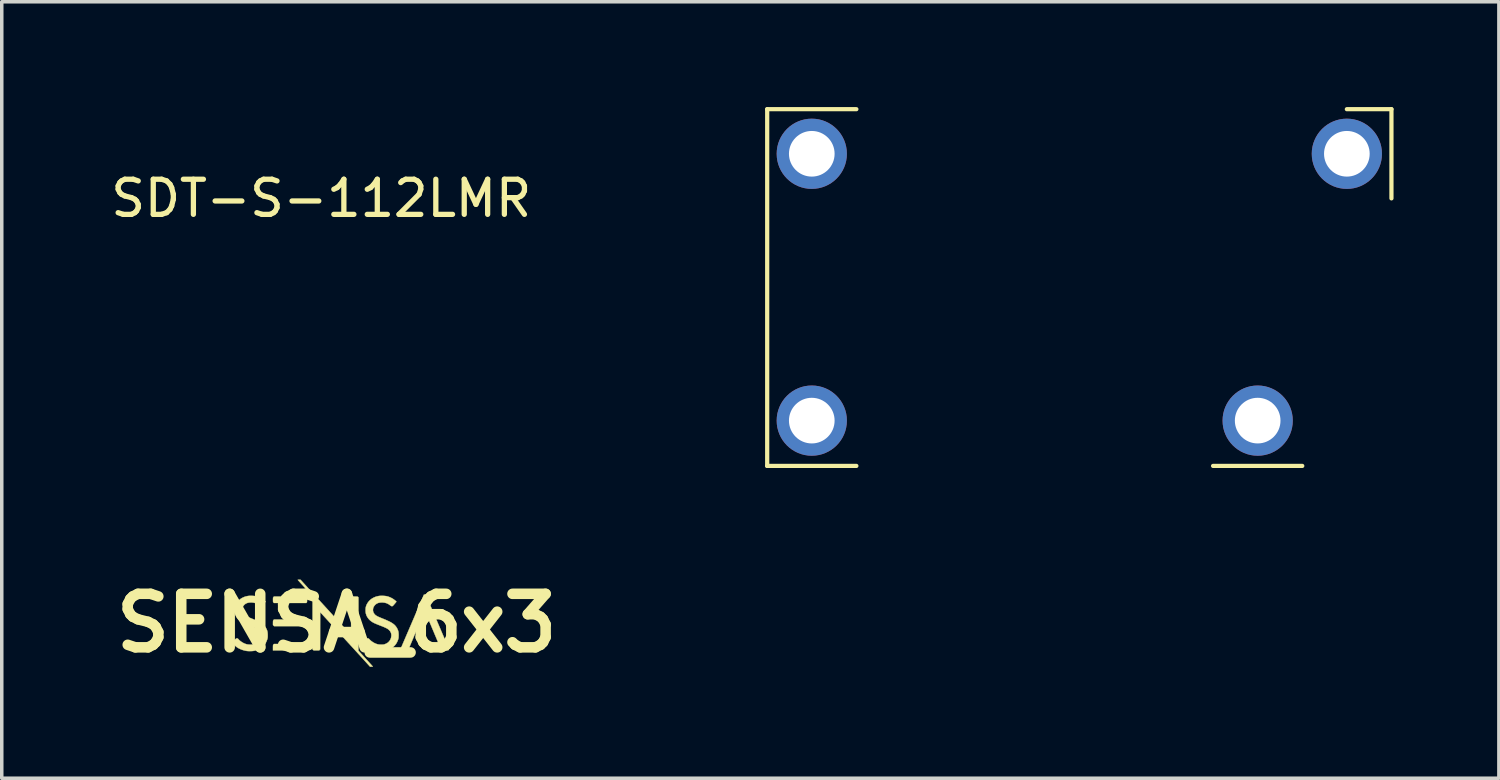
<source format=kicad_pcb>
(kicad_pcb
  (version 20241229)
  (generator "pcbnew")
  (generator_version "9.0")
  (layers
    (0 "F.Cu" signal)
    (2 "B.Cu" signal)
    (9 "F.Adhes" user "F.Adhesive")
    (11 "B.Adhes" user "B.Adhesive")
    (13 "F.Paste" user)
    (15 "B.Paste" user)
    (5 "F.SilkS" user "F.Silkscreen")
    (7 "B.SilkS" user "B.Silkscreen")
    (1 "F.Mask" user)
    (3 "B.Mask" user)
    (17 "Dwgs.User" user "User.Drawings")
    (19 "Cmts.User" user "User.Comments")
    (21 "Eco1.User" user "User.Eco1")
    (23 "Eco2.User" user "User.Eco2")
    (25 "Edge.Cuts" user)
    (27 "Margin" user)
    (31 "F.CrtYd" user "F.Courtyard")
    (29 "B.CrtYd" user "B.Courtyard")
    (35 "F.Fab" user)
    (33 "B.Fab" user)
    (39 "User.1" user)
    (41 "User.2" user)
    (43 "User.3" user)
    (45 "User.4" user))
  (footprint "SDT-S-112LMR"
    (layer "F.Cu")
    (at 20.071 1.33)
    (property "Reference" "SDT-S-112LMR" (at -13.97 1.27 0) (layer "F.SilkS") (effects (font (size 1 1) (thickness 0.15))))
    (attr through_hole)
    (fp_line (start -1.27 -1.27) (end -1.27 8.89) (stroke (width 0.12) (type solid)) (layer "F.SilkS"))
    (fp_line (start -1.27 8.89) (end 1.27 8.89) (stroke (width 0.12) (type solid)) (layer "F.SilkS"))
    (fp_line (start 1.27 -1.27) (end -1.27 -1.27) (stroke (width 0.12) (type solid)) (layer "F.SilkS"))
    (fp_line (start 11.43 8.89) (end 13.97 8.89) (stroke (width 0.12) (type solid)) (layer "F.SilkS"))
    (fp_line (start 15.24 -1.27) (end 16.51 -1.27) (stroke (width 0.12) (type solid)) (layer "F.SilkS"))
    (fp_line (start 16.51 -1.27) (end 16.51 1.27) (stroke (width 0.12) (type solid)) (layer "F.SilkS"))
    (pad "1" thru_hole circle (at 0 0) (size 2 2) (drill 1.3) (layers "*.Cu" "*.Mask"))
    (pad "2" thru_hole circle (at 0 7.6) (size 2 2) (drill 1.3) (layers "*.Cu" "*.Mask"))
    (pad "3" thru_hole circle (at 15.24 0) (size 2 2) (drill 1.3) (layers "*.Cu" "*.Mask"))
    (pad "4" thru_hole circle (at 12.7 7.6) (size 2 2) (drill 1.3) (layers "*.Cu" "*.Mask")))
  (footprint "SENSA_6x3"
    (layer "F.Cu")
    (at 6.539 14.698)
    (property "Reference" "SENSA_6x3" (at 0 0 0) (layer "F.SilkS") (effects (font (size 1.524 1.524) (thickness 0.3))))
    (attr through_hole)
    (fp_poly (pts (xy -0.854 0.606) (xy -0.85 0.612) (xy -0.847 0.618) (xy -0.845 0.628) (xy -0.844 0.642) (xy -0.843 0.663) (xy -0.843 0.687) (xy -0.843 0.714) (xy -0.844 0.734) (xy -0.845 0.747) (xy -0.847 0.755) (xy -0.85 0.761) (xy -0.855 0.766) (xy -0.855 0.766) (xy -0.867 0.777) (xy -1.814 0.777) (xy -1.814 0.7) (xy -1.814 0.671) (xy -1.813 0.649) (xy -1.812 0.635) (xy -1.811 0.625) (xy -1.808 0.618) (xy -1.804 0.613) (xy -1.8 0.609) (xy -1.786 0.594) (xy -0.865 0.594) (xy -0.854 0.606)) (stroke (width 0.01) (type solid)) (fill yes) (layer "F.SilkS"))
    (fp_poly (pts (xy -0.893 -0.088) (xy -0.887 -0.082) (xy -0.883 -0.076) (xy -0.881 -0.069) (xy -0.88 -0.057) (xy -0.879 -0.04) (xy -0.879 -0.015) (xy -0.879 -0.008) (xy -0.879 0.02) (xy -0.879 0.038) (xy -0.88 0.051) (xy -0.883 0.059) (xy -0.886 0.066) (xy -0.891 0.071) (xy -0.893 0.073) (xy -0.907 0.086) (xy -1.781 0.086) (xy -1.797 0.07) (xy -1.814 0.053) (xy -1.814 -0.009) (xy -1.813 -0.035) (xy -1.813 -0.053) (xy -1.811 -0.065) (xy -1.809 -0.074) (xy -1.805 -0.081) (xy -1.8 -0.086) (xy -1.787 -0.102) (xy -0.907 -0.102) (xy -0.893 -0.088)) (stroke (width 0.01) (type solid)) (fill yes) (layer "F.SilkS"))
    (fp_poly (pts (xy -0.854 -0.745) (xy -0.85 -0.74) (xy -0.847 -0.733) (xy -0.845 -0.724) (xy -0.844 -0.709) (xy -0.843 -0.688) (xy -0.843 -0.665) (xy -0.843 -0.637) (xy -0.844 -0.618) (xy -0.845 -0.604) (xy -0.847 -0.596) (xy -0.85 -0.59) (xy -0.855 -0.585) (xy -0.855 -0.585) (xy -0.867 -0.574) (xy -1.327 -0.574) (xy -1.786 -0.574) (xy -1.8 -0.588) (xy -1.806 -0.595) (xy -1.809 -0.601) (xy -1.812 -0.609) (xy -1.813 -0.622) (xy -1.813 -0.641) (xy -1.814 -0.665) (xy -1.813 -0.692) (xy -1.813 -0.71) (xy -1.812 -0.722) (xy -1.809 -0.73) (xy -1.805 -0.737) (xy -1.8 -0.743) (xy -1.786 -0.757) (xy -0.865 -0.757) (xy -0.854 -0.745)) (stroke (width 0.01) (type solid)) (fill yes) (layer "F.SilkS"))
    (fp_poly (pts (xy 2.511 -0.812) (xy 2.537 -0.81) (xy 2.867 -0.036) (xy 3.197 0.738) (xy 3.187 0.757) (xy 3.178 0.775) (xy 3.081 0.776) (xy 2.985 0.777) (xy 2.749 0.213) (xy 2.719 0.142) (xy 2.69 0.072) (xy 2.662 0.007) (xy 2.636 -0.055) (xy 2.611 -0.113) (xy 2.589 -0.166) (xy 2.569 -0.213) (xy 2.551 -0.253) (xy 2.536 -0.288) (xy 2.524 -0.315) (xy 2.516 -0.334) (xy 2.51 -0.345) (xy 2.509 -0.347) (xy 2.507 -0.342) (xy 2.5 -0.328) (xy 2.491 -0.306) (xy 2.478 -0.276) (xy 2.462 -0.239) (xy 2.444 -0.196) (xy 2.423 -0.147) (xy 2.4 -0.093) (xy 2.375 -0.033) (xy 2.348 0.03) (xy 2.319 0.097) (xy 2.29 0.167) (xy 2.269 0.216) (xy 2.033 0.775) (xy 1.937 0.776) (xy 1.841 0.777) (xy 1.818 0.741) (xy 2.152 -0.036) (xy 2.486 -0.813) (xy 2.511 -0.812)) (stroke (width 0.01) (type solid)) (fill yes) (layer "F.SilkS"))
    (fp_poly (pts (xy -0.703 -0.878) (xy -0.648 -0.817) (xy -0.588 -0.752) (xy -0.526 -0.683) (xy -0.462 -0.613) (xy -0.397 -0.542) (xy -0.332 -0.471) (xy -0.27 -0.403) (xy -0.21 -0.337) (xy -0.155 -0.277) (xy -0.105 -0.222) (xy -0.097 -0.213) (xy -0.05 -0.162) (xy -0.003 -0.111) (xy 0.044 -0.06) (xy 0.09 -0.01) (xy 0.133 0.038) (xy 0.174 0.083) (xy 0.211 0.123) (xy 0.244 0.159) (xy 0.272 0.19) (xy 0.293 0.213) (xy 0.295 0.215) (xy 0.321 0.244) (xy 0.346 0.271) (xy 0.368 0.294) (xy 0.385 0.313) (xy 0.399 0.326) (xy 0.406 0.334) (xy 0.408 0.335) (xy 0.408 0.33) (xy 0.409 0.316) (xy 0.409 0.292) (xy 0.41 0.261) (xy 0.41 0.222) (xy 0.41 0.176) (xy 0.411 0.124) (xy 0.411 0.067) (xy 0.411 0.004) (xy 0.411 -0.062) (xy 0.411 -0.132) (xy 0.411 -0.2) (xy 0.411 -0.735) (xy 0.423 -0.746) (xy 0.428 -0.75) (xy 0.434 -0.753) (xy 0.443 -0.755) (xy 0.455 -0.756) (xy 0.474 -0.757) (xy 0.501 -0.757) (xy 0.516 -0.757) (xy 0.547 -0.757) (xy 0.569 -0.757) (xy 0.584 -0.756) (xy 0.594 -0.754) (xy 0.601 -0.752) (xy 0.606 -0.748) (xy 0.609 -0.745) (xy 0.62 -0.733) (xy 0.62 0.785) (xy 0.824 1.008) (xy 0.86 1.049) (xy 0.895 1.087) (xy 0.927 1.122) (xy 0.956 1.154) (xy 0.981 1.181) (xy 1.001 1.204) (xy 1.016 1.221) (xy 1.026 1.232) (xy 1.029 1.236) (xy 1.026 1.237) (xy 1.015 1.239) (xy 0.997 1.239) (xy 0.992 1.24) (xy 0.951 1.24) (xy 0.756 1.025) (xy 0.722 0.987) (xy 0.685 0.947) (xy 0.645 0.903) (xy 0.602 0.856) (xy 0.555 0.805) (xy 0.505 0.75) (xy 0.45 0.69) (xy 0.391 0.626) (xy 0.328 0.557) (xy 0.259 0.482) (xy 0.186 0.402) (xy 0.107 0.315) (xy 0.022 0.223) (xy -0.069 0.124) (xy -0.166 0.018) (xy -0.27 -0.096) (xy -0.274 -0.1) (xy -0.47 -0.314) (xy -0.471 0.218) (xy -0.472 0.749) (xy -0.486 0.763) (xy -0.5 0.777) (xy -0.579 0.777) (xy -0.608 0.777) (xy -0.63 0.777) (xy -0.645 0.776) (xy -0.655 0.774) (xy -0.661 0.772) (xy -0.667 0.768) (xy -0.672 0.764) (xy -0.686 0.75) (xy -0.686 -0.01) (xy -0.686 -0.77) (xy -0.877 -0.978) (xy -0.913 -1.018) (xy -0.948 -1.056) (xy -0.98 -1.091) (xy -1.01 -1.124) (xy -1.036 -1.152) (xy -1.057 -1.176) (xy -1.074 -1.195) (xy -1.085 -1.207) (xy -1.088 -1.21) (xy -1.108 -1.234) (xy -1.028 -1.234) (xy -0.703 -0.878)) (stroke (width 0.01) (type solid)) (fill yes) (layer "F.SilkS"))
    (fp_poly (pts (xy -2.419 -0.778) (xy -2.377 -0.776) (xy -2.337 -0.772) (xy -2.303 -0.767) (xy -2.294 -0.765) (xy -2.245 -0.75) (xy -2.193 -0.729) (xy -2.144 -0.703) (xy -2.143 -0.702) (xy -2.123 -0.69) (xy -2.102 -0.675) (xy -2.08 -0.66) (xy -2.061 -0.644) (xy -2.044 -0.63) (xy -2.032 -0.619) (xy -2.027 -0.613) (xy -2.027 -0.612) (xy -2.03 -0.607) (xy -2.039 -0.595) (xy -2.052 -0.579) (xy -2.069 -0.559) (xy -2.081 -0.545) (xy -2.101 -0.522) (xy -2.116 -0.505) (xy -2.127 -0.494) (xy -2.135 -0.487) (xy -2.142 -0.484) (xy -2.149 -0.483) (xy -2.154 -0.483) (xy -2.166 -0.484) (xy -2.178 -0.489) (xy -2.193 -0.499) (xy -2.205 -0.508) (xy -2.254 -0.542) (xy -2.305 -0.567) (xy -2.36 -0.582) (xy -2.42 -0.589) (xy -2.44 -0.589) (xy -2.492 -0.586) (xy -2.536 -0.578) (xy -2.575 -0.563) (xy -2.609 -0.542) (xy -2.631 -0.523) (xy -2.66 -0.487) (xy -2.681 -0.449) (xy -2.693 -0.409) (xy -2.696 -0.369) (xy -2.69 -0.33) (xy -2.675 -0.292) (xy -2.651 -0.257) (xy -2.634 -0.239) (xy -2.619 -0.227) (xy -2.605 -0.216) (xy -2.588 -0.205) (xy -2.568 -0.194) (xy -2.544 -0.182) (xy -2.515 -0.169) (xy -2.479 -0.154) (xy -2.435 -0.136) (xy -2.413 -0.127) (xy -2.342 -0.098) (xy -2.28 -0.07) (xy -2.226 -0.045) (xy -2.179 -0.02) (xy -2.139 0.005) (xy -2.105 0.03) (xy -2.076 0.056) (xy -2.051 0.083) (xy -2.029 0.112) (xy -2.01 0.144) (xy -2.002 0.16) (xy -1.987 0.192) (xy -1.977 0.221) (xy -1.97 0.252) (xy -1.966 0.286) (xy -1.964 0.326) (xy -1.964 0.345) (xy -1.964 0.376) (xy -1.965 0.4) (xy -1.967 0.419) (xy -1.97 0.436) (xy -1.975 0.454) (xy -1.978 0.464) (xy -2.002 0.528) (xy -2.035 0.586) (xy -2.076 0.638) (xy -2.123 0.684) (xy -2.178 0.722) (xy -2.238 0.754) (xy -2.305 0.777) (xy -2.345 0.787) (xy -2.384 0.793) (xy -2.429 0.796) (xy -2.477 0.797) (xy -2.524 0.796) (xy -2.566 0.791) (xy -2.578 0.79) (xy -2.638 0.776) (xy -2.698 0.758) (xy -2.756 0.734) (xy -2.809 0.707) (xy -2.854 0.677) (xy -2.856 0.676) (xy -2.87 0.664) (xy -2.887 0.649) (xy -2.906 0.631) (xy -2.926 0.611) (xy -2.945 0.592) (xy -2.962 0.574) (xy -2.975 0.559) (xy -2.983 0.549) (xy -2.986 0.543) (xy -2.982 0.539) (xy -2.971 0.529) (xy -2.955 0.516) (xy -2.935 0.499) (xy -2.919 0.485) (xy -2.895 0.465) (xy -2.878 0.451) (xy -2.865 0.442) (xy -2.856 0.436) (xy -2.848 0.434) (xy -2.842 0.433) (xy -2.835 0.434) (xy -2.82 0.439) (xy -2.807 0.448) (xy -2.796 0.461) (xy -2.771 0.487) (xy -2.738 0.514) (xy -2.701 0.54) (xy -2.662 0.563) (xy -2.65 0.569) (xy -2.612 0.586) (xy -2.578 0.598) (xy -2.544 0.606) (xy -2.509 0.61) (xy -2.467 0.612) (xy -2.461 0.612) (xy -2.432 0.612) (xy -2.409 0.611) (xy -2.391 0.609) (xy -2.375 0.605) (xy -2.358 0.6) (xy -2.308 0.579) (xy -2.266 0.551) (xy -2.23 0.515) (xy -2.202 0.474) (xy -2.183 0.427) (xy -2.176 0.401) (xy -2.17 0.353) (xy -2.174 0.307) (xy -2.187 0.265) (xy -2.21 0.226) (xy -2.237 0.196) (xy -2.252 0.182) (xy -2.27 0.168) (xy -2.291 0.155) (xy -2.316 0.141) (xy -2.347 0.127) (xy -2.383 0.11) (xy -2.427 0.092) (xy -2.48 0.072) (xy -2.494 0.066) (xy -2.546 0.046) (xy -2.589 0.028) (xy -2.626 0.013) (xy -2.656 -0.001) (xy -2.683 -0.014) (xy -2.706 -0.027) (xy -2.727 -0.04) (xy -2.727 -0.041) (xy -2.776 -0.077) (xy -2.818 -0.12) (xy -2.853 -0.168) (xy -2.879 -0.219) (xy -2.897 -0.273) (xy -2.899 -0.281) (xy -2.904 -0.314) (xy -2.906 -0.351) (xy -2.906 -0.39) (xy -2.903 -0.426) (xy -2.899 -0.457) (xy -2.898 -0.461) (xy -2.878 -0.519) (xy -2.85 -0.572) (xy -2.814 -0.621) (xy -2.77 -0.664) (xy -2.721 -0.702) (xy -2.665 -0.732) (xy -2.605 -0.756) (xy -2.54 -0.771) (xy -2.496 -0.777) (xy -2.46 -0.778) (xy -2.419 -0.778)) (stroke (width 0.01) (type solid)) (fill yes) (layer "F.SilkS"))
    (fp_poly (pts (xy 1.31 -0.778) (xy 1.352 -0.776) (xy 1.392 -0.772) (xy 1.426 -0.767) (xy 1.435 -0.765) (xy 1.484 -0.75) (xy 1.535 -0.729) (xy 1.585 -0.703) (xy 1.586 -0.702) (xy 1.606 -0.69) (xy 1.627 -0.675) (xy 1.648 -0.66) (xy 1.668 -0.644) (xy 1.685 -0.63) (xy 1.696 -0.619) (xy 1.701 -0.613) (xy 1.701 -0.612) (xy 1.698 -0.607) (xy 1.69 -0.595) (xy 1.676 -0.579) (xy 1.66 -0.559) (xy 1.648 -0.545) (xy 1.628 -0.522) (xy 1.613 -0.505) (xy 1.602 -0.494) (xy 1.593 -0.487) (xy 1.586 -0.484) (xy 1.58 -0.483) (xy 1.575 -0.483) (xy 1.563 -0.484) (xy 1.551 -0.489) (xy 1.536 -0.499) (xy 1.524 -0.508) (xy 1.475 -0.542) (xy 1.424 -0.567) (xy 1.368 -0.582) (xy 1.309 -0.589) (xy 1.288 -0.589) (xy 1.237 -0.586) (xy 1.192 -0.578) (xy 1.154 -0.563) (xy 1.12 -0.542) (xy 1.098 -0.523) (xy 1.068 -0.487) (xy 1.047 -0.449) (xy 1.036 -0.409) (xy 1.033 -0.369) (xy 1.039 -0.33) (xy 1.054 -0.292) (xy 1.078 -0.257) (xy 1.095 -0.239) (xy 1.109 -0.227) (xy 1.124 -0.216) (xy 1.141 -0.205) (xy 1.16 -0.194) (xy 1.184 -0.182) (xy 1.214 -0.169) (xy 1.25 -0.154) (xy 1.293 -0.136) (xy 1.316 -0.127) (xy 1.387 -0.098) (xy 1.449 -0.07) (xy 1.503 -0.045) (xy 1.55 -0.02) (xy 1.589 0.005) (xy 1.624 0.03) (xy 1.653 0.056) (xy 1.678 0.083) (xy 1.699 0.112) (xy 1.719 0.144) (xy 1.727 0.16) (xy 1.741 0.192) (xy 1.752 0.221) (xy 1.759 0.252) (xy 1.763 0.286) (xy 1.765 0.326) (xy 1.765 0.345) (xy 1.764 0.376) (xy 1.763 0.4) (xy 1.762 0.419) (xy 1.758 0.436) (xy 1.754 0.454) (xy 1.751 0.464) (xy 1.726 0.528) (xy 1.694 0.586) (xy 1.653 0.638) (xy 1.605 0.684) (xy 1.551 0.722) (xy 1.49 0.754) (xy 1.424 0.777) (xy 1.383 0.787) (xy 1.345 0.793) (xy 1.3 0.796) (xy 1.252 0.797) (xy 1.205 0.796) (xy 1.163 0.791) (xy 1.151 0.79) (xy 1.091 0.776) (xy 1.031 0.758) (xy 0.973 0.734) (xy 0.92 0.707) (xy 0.874 0.677) (xy 0.873 0.676) (xy 0.859 0.664) (xy 0.842 0.649) (xy 0.823 0.631) (xy 0.803 0.611) (xy 0.784 0.592) (xy 0.767 0.574) (xy 0.754 0.559) (xy 0.745 0.549) (xy 0.743 0.543) (xy 0.747 0.539) (xy 0.758 0.529) (xy 0.774 0.516) (xy 0.793 0.499) (xy 0.809 0.485) (xy 0.833 0.465) (xy 0.851 0.451) (xy 0.864 0.442) (xy 0.873 0.436) (xy 0.88 0.434) (xy 0.887 0.433) (xy 0.894 0.434) (xy 0.909 0.439) (xy 0.921 0.448) (xy 0.933 0.461) (xy 0.958 0.487) (xy 0.991 0.514) (xy 1.028 0.54) (xy 1.067 0.563) (xy 1.079 0.569) (xy 1.117 0.586) (xy 1.151 0.598) (xy 1.184 0.606) (xy 1.22 0.61) (xy 1.262 0.612) (xy 1.267 0.612) (xy 1.297 0.612) (xy 1.319 0.611) (xy 1.337 0.609) (xy 1.354 0.605) (xy 1.371 0.6) (xy 1.42 0.579) (xy 1.463 0.551) (xy 1.498 0.515) (xy 1.526 0.474) (xy 1.546 0.427) (xy 1.552 0.401) (xy 1.558 0.353) (xy 1.555 0.307) (xy 1.542 0.265) (xy 1.519 0.226) (xy 1.492 0.196) (xy 1.476 0.182) (xy 1.459 0.168) (xy 1.438 0.155) (xy 1.413 0.141) (xy 1.382 0.127) (xy 1.345 0.11) (xy 1.301 0.092) (xy 1.249 0.072) (xy 1.234 0.066) (xy 1.183 0.046) (xy 1.139 0.028) (xy 1.103 0.013) (xy 1.072 -0.001) (xy 1.046 -0.014) (xy 1.023 -0.027) (xy 1.002 -0.04) (xy 1.001 -0.041) (xy 0.953 -0.077) (xy 0.911 -0.12) (xy 0.876 -0.168) (xy 0.849 -0.219) (xy 0.832 -0.273) (xy 0.83 -0.281) (xy 0.825 -0.314) (xy 0.823 -0.351) (xy 0.823 -0.39) (xy 0.825 -0.426) (xy 0.83 -0.457) (xy 0.831 -0.461) (xy 0.85 -0.519) (xy 0.879 -0.572) (xy 0.915 -0.621) (xy 0.958 -0.664) (xy 1.008 -0.702) (xy 1.064 -0.732) (xy 1.124 -0.756) (xy 1.189 -0.771) (xy 1.232 -0.777) (xy 1.269 -0.778) (xy 1.31 -0.778)) (stroke (width 0.01) (type solid)) (fill yes) (layer "F.SilkS")))
  (gr_rect
    (start -3 -3)
    (end 39.641 19.116)
    (stroke (width 0.1) (type default))
    (fill no)
    (layer "Edge.Cuts")))
</source>
